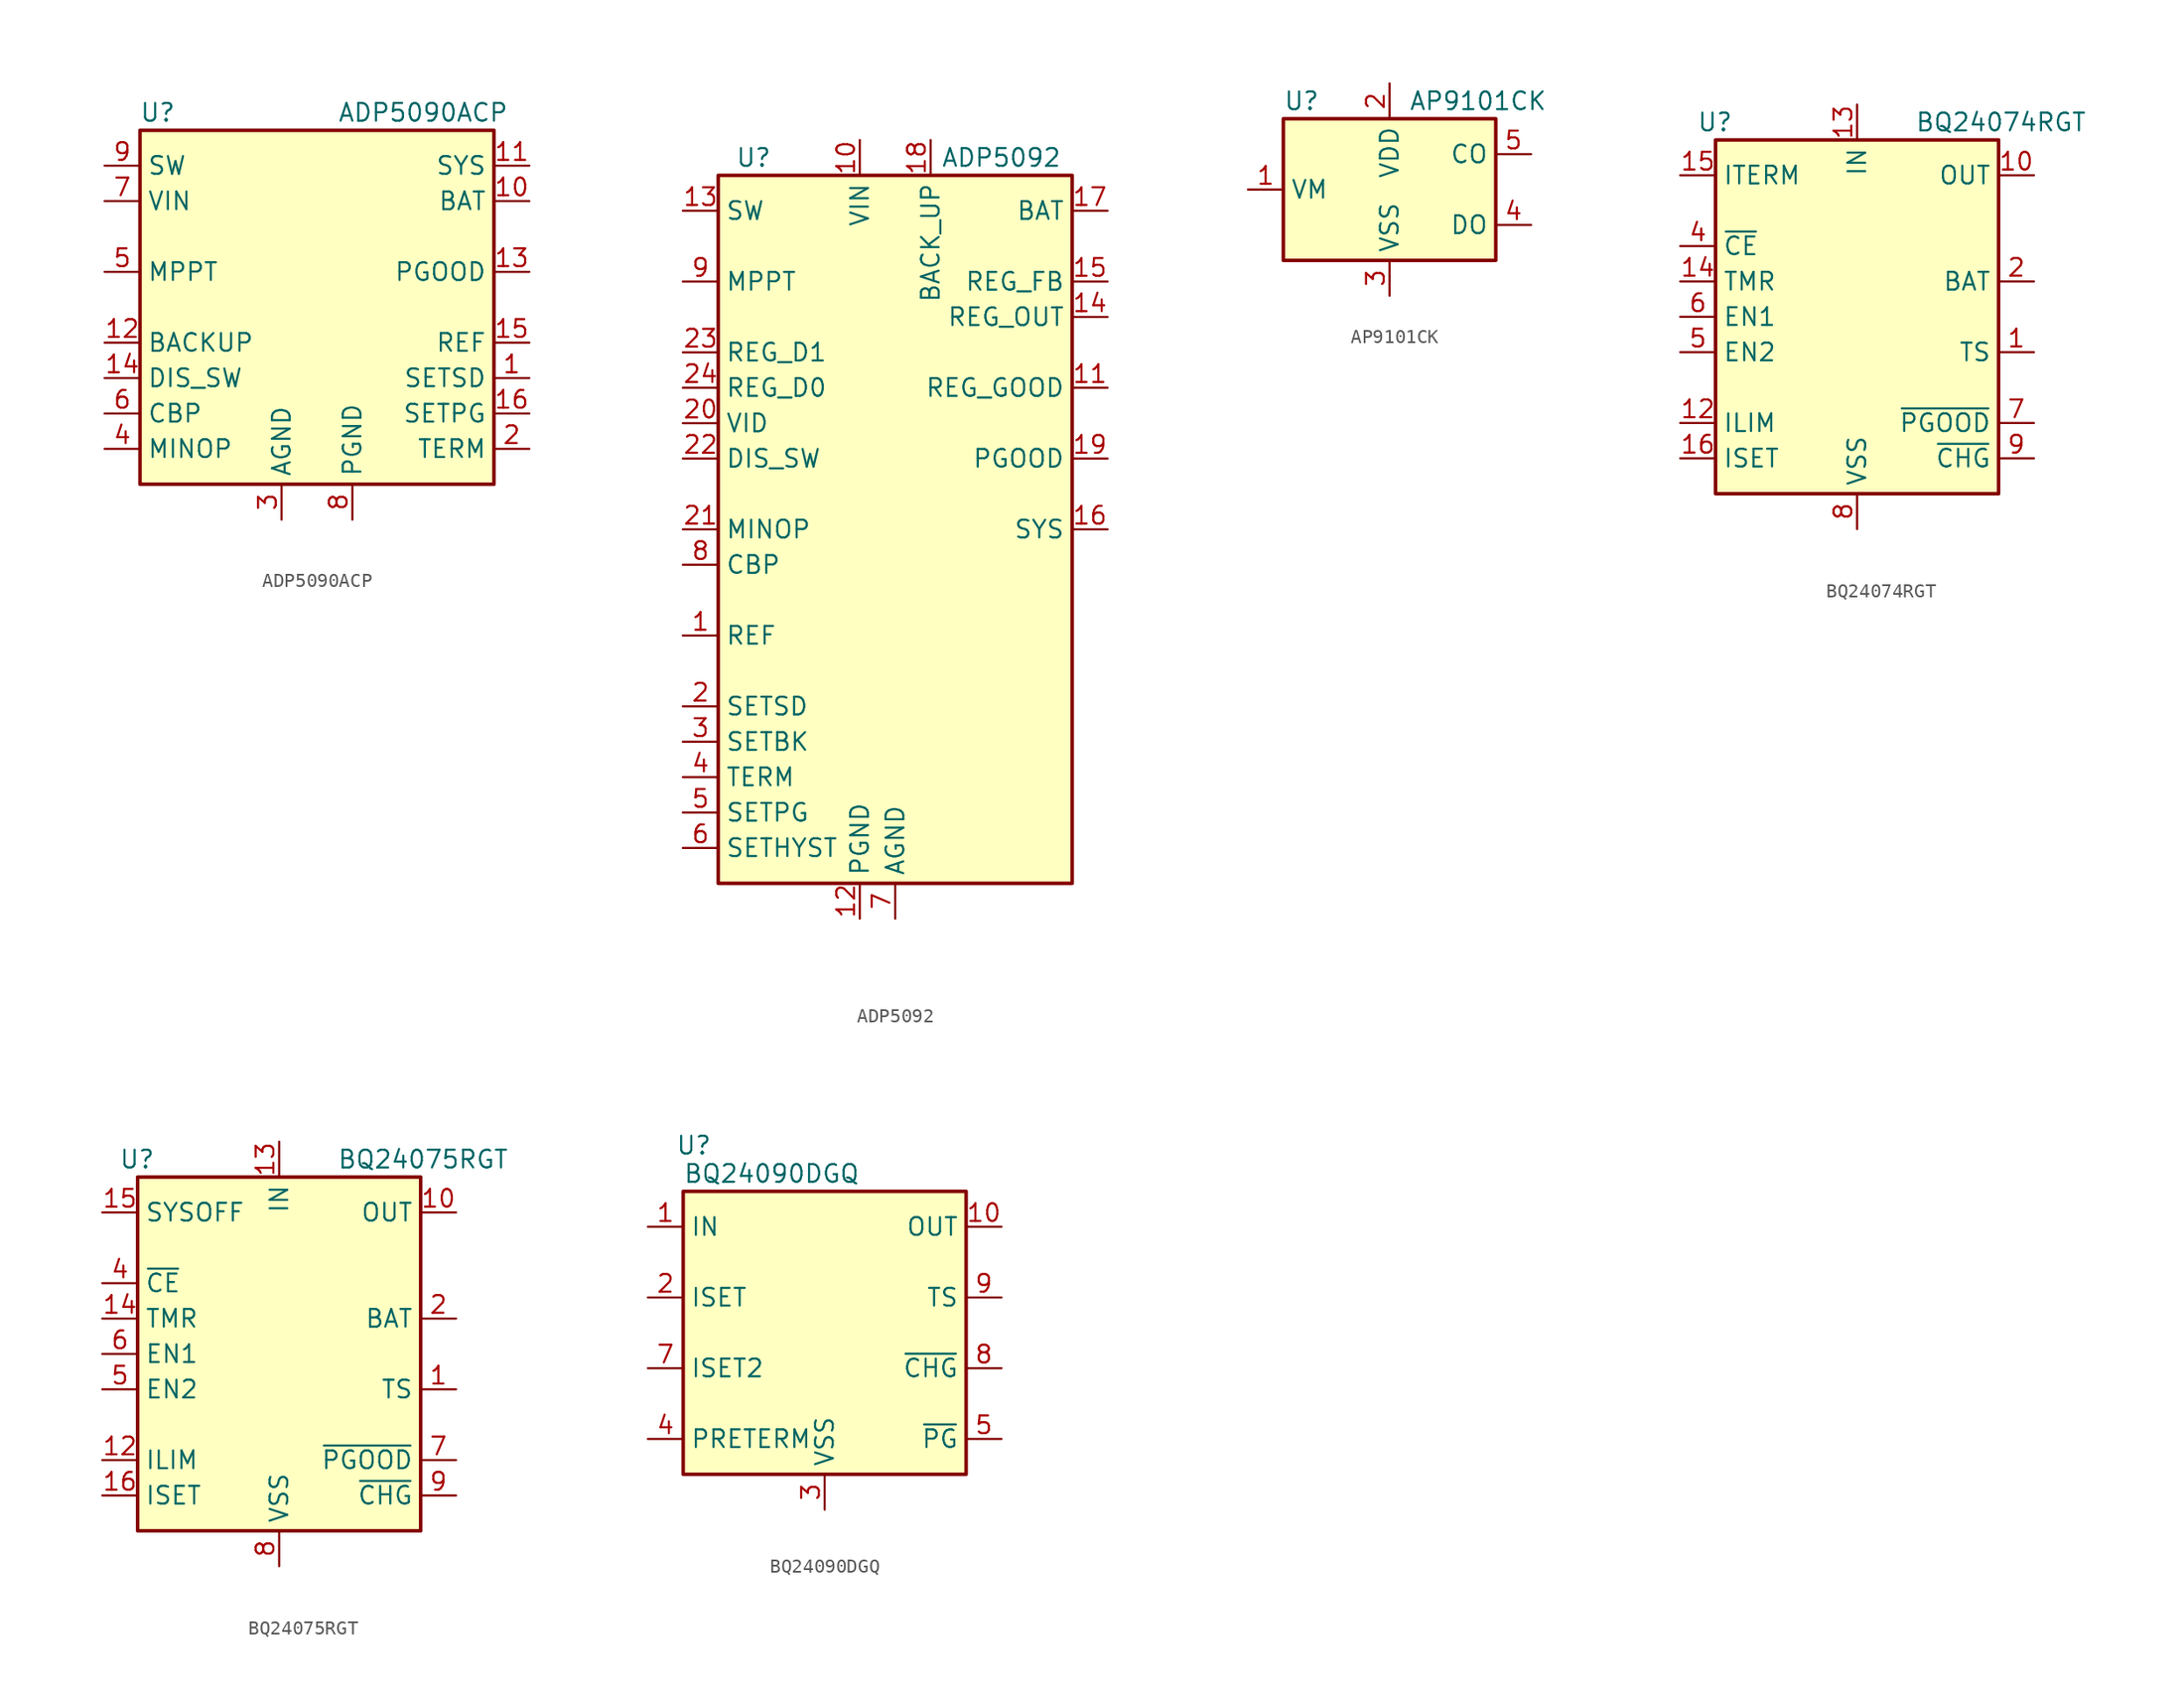
<source format=kicad_sym>
(kicad_symbol_lib
  (version 20201005)
  (generator kicad_symbol_editor)
  (symbol "ADP5090ACP"
    (property "Reference" "U"
      (at -11.43 13.97 0)
      (effects (font (size 1.27 1.27))))
    (property "Value" "ADP5090ACP"
      (at 7.62 13.97 0)
      (effects (font (size 1.27 1.27))))
    (symbol "ADP5090ACP_0_1"
      (rectangle (start -12.7 12.7) (end 12.7 -12.7) (stroke (width 0.254)) (fill (type background))))
    (symbol "ADP5090ACP_1_1"
      (pin input line (at 15.24 -5.08 180) (length 2.54) (name "SETSD" (effects (font (size 1.27 1.27)))) (number "1" (effects (font (size 1.27 1.27)))))
      (pin power_out line (at 15.24 7.62 180) (length 2.54) (name "BAT" (effects (font (size 1.27 1.27)))) (number "10" (effects (font (size 1.27 1.27)))))
      (pin power_out line (at 15.24 10.16 180) (length 2.54) (name "SYS" (effects (font (size 1.27 1.27)))) (number "11" (effects (font (size 1.27 1.27)))))
      (pin passive line (at -15.24 -2.54 0) (length 2.54) (name "BACKUP" (effects (font (size 1.27 1.27)))) (number "12" (effects (font (size 1.27 1.27)))))
      (pin output line (at 15.24 2.54 180) (length 2.54) (name "PGOOD" (effects (font (size 1.27 1.27)))) (number "13" (effects (font (size 1.27 1.27)))))
      (pin input line (at -15.24 -5.08 0) (length 2.54) (name "DIS_SW" (effects (font (size 1.27 1.27)))) (number "14" (effects (font (size 1.27 1.27)))))
      (pin output line (at 15.24 -2.54 180) (length 2.54) (name "REF" (effects (font (size 1.27 1.27)))) (number "15" (effects (font (size 1.27 1.27)))))
      (pin input line (at 15.24 -7.62 180) (length 2.54) (name "SETPG" (effects (font (size 1.27 1.27)))) (number "16" (effects (font (size 1.27 1.27)))))
      (pin passive line (at -2.54 -15.24 90) (length 2.54) hide (name "AGND" (effects (font (size 1.27 1.27)))) (number "17" (effects (font (size 1.27 1.27)))))
      (pin input line (at 15.24 -10.16 180) (length 2.54) (name "TERM" (effects (font (size 1.27 1.27)))) (number "2" (effects (font (size 1.27 1.27)))))
      (pin power_in line (at -2.54 -15.24 90) (length 2.54) (name "AGND" (effects (font (size 1.27 1.27)))) (number "3" (effects (font (size 1.27 1.27)))))
      (pin passive line (at -15.24 -10.16 0) (length 2.54) (name "MINOP" (effects (font (size 1.27 1.27)))) (number "4" (effects (font (size 1.27 1.27)))))
      (pin input line (at -15.24 2.54 0) (length 2.54) (name "MPPT" (effects (font (size 1.27 1.27)))) (number "5" (effects (font (size 1.27 1.27)))))
      (pin passive line (at -15.24 -7.62 0) (length 2.54) (name "CBP" (effects (font (size 1.27 1.27)))) (number "6" (effects (font (size 1.27 1.27)))))
      (pin power_in line (at -15.24 7.62 0) (length 2.54) (name "VIN" (effects (font (size 1.27 1.27)))) (number "7" (effects (font (size 1.27 1.27)))))
      (pin power_in line (at 2.54 -15.24 90) (length 2.54) (name "PGND" (effects (font (size 1.27 1.27)))) (number "8" (effects (font (size 1.27 1.27)))))
      (pin input line (at -15.24 10.16 0) (length 2.54) (name "SW" (effects (font (size 1.27 1.27)))) (number "9" (effects (font (size 1.27 1.27)))))))
  (symbol "ADP5092"
    (property "Reference" "U"
      (at -10.16 26.67 0)
      (effects (font (size 1.27 1.27))))
    (property "Value" "ADP5092"
      (at 7.62 26.67 0)
      (effects (font (size 1.27 1.27))))
    (symbol "ADP5092_0_1"
      (rectangle (start 12.7 25.4) (end -12.7 -25.4) (stroke (width 0.254)) (fill (type background))))
    (symbol "ADP5092_1_1"
      (pin passive line (at -15.24 -7.62 0) (length 2.54) (name "REF" (effects (font (size 1.27 1.27)))) (number "1" (effects (font (size 1.27 1.27)))))
      (pin power_in line (at -2.54 27.94 270) (length 2.54) (name "VIN" (effects (font (size 1.27 1.27)))) (number "10" (effects (font (size 1.27 1.27)))))
      (pin output line (at 15.24 10.16 180) (length 2.54) (name "REG_GOOD" (effects (font (size 1.27 1.27)))) (number "11" (effects (font (size 1.27 1.27)))))
      (pin power_in line (at -2.54 -27.94 90) (length 2.54) (name "PGND" (effects (font (size 1.27 1.27)))) (number "12" (effects (font (size 1.27 1.27)))))
      (pin power_in line (at -15.24 22.86 0) (length 2.54) (name "SW" (effects (font (size 1.27 1.27)))) (number "13" (effects (font (size 1.27 1.27)))))
      (pin power_out line (at 15.24 15.24 180) (length 2.54) (name "REG_OUT" (effects (font (size 1.27 1.27)))) (number "14" (effects (font (size 1.27 1.27)))))
      (pin power_out line (at 15.24 17.78 180) (length 2.54) (name "REG_FB" (effects (font (size 1.27 1.27)))) (number "15" (effects (font (size 1.27 1.27)))))
      (pin power_out line (at 15.24 0 180) (length 2.54) (name "SYS" (effects (font (size 1.27 1.27)))) (number "16" (effects (font (size 1.27 1.27)))))
      (pin power_out line (at 15.24 22.86 180) (length 2.54) (name "BAT" (effects (font (size 1.27 1.27)))) (number "17" (effects (font (size 1.27 1.27)))))
      (pin power_in line (at 2.54 27.94 270) (length 2.54) (name "BACK_UP" (effects (font (size 1.27 1.27)))) (number "18" (effects (font (size 1.27 1.27)))))
      (pin output line (at 15.24 5.08 180) (length 2.54) (name "PGOOD" (effects (font (size 1.27 1.27)))) (number "19" (effects (font (size 1.27 1.27)))))
      (pin passive line (at -15.24 -12.7 0) (length 2.54) (name "SETSD" (effects (font (size 1.27 1.27)))) (number "2" (effects (font (size 1.27 1.27)))))
      (pin input line (at -15.24 7.62 0) (length 2.54) (name "VID" (effects (font (size 1.27 1.27)))) (number "20" (effects (font (size 1.27 1.27)))))
      (pin passive line (at -15.24 0 0) (length 2.54) (name "MINOP" (effects (font (size 1.27 1.27)))) (number "21" (effects (font (size 1.27 1.27)))))
      (pin input line (at -15.24 5.08 0) (length 2.54) (name "DIS_SW" (effects (font (size 1.27 1.27)))) (number "22" (effects (font (size 1.27 1.27)))))
      (pin input line (at -15.24 12.7 0) (length 2.54) (name "REG_D1" (effects (font (size 1.27 1.27)))) (number "23" (effects (font (size 1.27 1.27)))))
      (pin input line (at -15.24 10.16 0) (length 2.54) (name "REG_D0" (effects (font (size 1.27 1.27)))) (number "24" (effects (font (size 1.27 1.27)))))
      (pin passive line (at 0 -27.94 90) (length 2.54) hide (name "AGND" (effects (font (size 1.27 1.27)))) (number "25" (effects (font (size 1.27 1.27)))))
      (pin passive line (at -15.24 -15.24 0) (length 2.54) (name "SETBK" (effects (font (size 1.27 1.27)))) (number "3" (effects (font (size 1.27 1.27)))))
      (pin passive line (at -15.24 -17.78 0) (length 2.54) (name "TERM" (effects (font (size 1.27 1.27)))) (number "4" (effects (font (size 1.27 1.27)))))
      (pin passive line (at -15.24 -20.32 0) (length 2.54) (name "SETPG" (effects (font (size 1.27 1.27)))) (number "5" (effects (font (size 1.27 1.27)))))
      (pin passive line (at -15.24 -22.86 0) (length 2.54) (name "SETHYST" (effects (font (size 1.27 1.27)))) (number "6" (effects (font (size 1.27 1.27)))))
      (pin power_in line (at 0 -27.94 90) (length 2.54) (name "AGND" (effects (font (size 1.27 1.27)))) (number "7" (effects (font (size 1.27 1.27)))))
      (pin passive line (at -15.24 -2.54 0) (length 2.54) (name "CBP" (effects (font (size 1.27 1.27)))) (number "8" (effects (font (size 1.27 1.27)))))
      (pin input line (at -15.24 17.78 0) (length 2.54) (name "MPPT" (effects (font (size 1.27 1.27)))) (number "9" (effects (font (size 1.27 1.27)))))))
  (symbol "AP9101CK"
    (property "Reference" "U"
      (at -7.62 6.35 0)
      (effects (font (size 1.27 1.27)) (justify left)))
    (property "Value" "AP9101CK"
      (at 6.35 6.35 0)
      (effects (font (size 1.27 1.27))))
    (symbol "AP9101CK_0_1"
      (rectangle (start -7.62 5.08) (end 7.62 -5.08) (stroke (width 0.254)) (fill (type background))))
    (symbol "AP9101CK_1_1"
      (pin passive line (at -10.16 0 0) (length 2.54) (name "VM" (effects (font (size 1.27 1.27)))) (number "1" (effects (font (size 1.27 1.27)))))
      (pin power_in line (at 0 7.62 270) (length 2.54) (name "VDD" (effects (font (size 1.27 1.27)))) (number "2" (effects (font (size 1.27 1.27)))))
      (pin power_in line (at 0 -7.62 90) (length 2.54) (name "VSS" (effects (font (size 1.27 1.27)))) (number "3" (effects (font (size 1.27 1.27)))))
      (pin output line (at 10.16 -2.54 180) (length 2.54) (name "DO" (effects (font (size 1.27 1.27)))) (number "4" (effects (font (size 1.27 1.27)))))
      (pin output line (at 10.16 2.54 180) (length 2.54) (name "CO" (effects (font (size 1.27 1.27)))) (number "5" (effects (font (size 1.27 1.27)))))))
  (symbol "BQ24074RGT"
    (property "Reference" "U"
      (at -8.89 13.97 0)
      (effects (font (size 1.27 1.27)) (justify right)))
    (property "Value" "BQ24074RGT"
      (at 16.51 13.97 0)
      (effects (font (size 1.27 1.27)) (justify right)))
    (symbol "BQ24074RGT_0_1"
      (rectangle (start -10.16 12.7) (end 10.16 -12.7) (stroke (width 0.254)) (fill (type background))))
    (symbol "BQ24074RGT_1_1"
      (pin passive line (at 12.7 -2.54 180) (length 2.54) (name "TS" (effects (font (size 1.27 1.27)))) (number "1" (effects (font (size 1.27 1.27)))))
      (pin power_out line (at 12.7 10.16 180) (length 2.54) (name "OUT" (effects (font (size 1.27 1.27)))) (number "10" (effects (font (size 1.27 1.27)))))
      (pin passive line (at 12.7 10.16 180) (length 2.54) hide (name "OUT" (effects (font (size 1.27 1.27)))) (number "11" (effects (font (size 1.27 1.27)))))
      (pin passive line (at -12.7 -7.62 0) (length 2.54) (name "ILIM" (effects (font (size 1.27 1.27)))) (number "12" (effects (font (size 1.27 1.27)))))
      (pin power_in line (at 0 15.24 270) (length 2.54) (name "IN" (effects (font (size 1.27 1.27)))) (number "13" (effects (font (size 1.27 1.27)))))
      (pin input line (at -12.7 2.54 0) (length 2.54) (name "TMR" (effects (font (size 1.27 1.27)))) (number "14" (effects (font (size 1.27 1.27)))))
      (pin input line (at -12.7 10.16 0) (length 2.54) (name "ITERM" (effects (font (size 1.27 1.27)))) (number "15" (effects (font (size 1.27 1.27)))))
      (pin passive line (at -12.7 -10.16 0) (length 2.54) (name "ISET" (effects (font (size 1.27 1.27)))) (number "16" (effects (font (size 1.27 1.27)))))
      (pin passive line (at 0 -15.24 90) (length 2.54) hide (name "VSS" (effects (font (size 1.27 1.27)))) (number "17" (effects (font (size 1.27 1.27)))))
      (pin power_out line (at 12.7 2.54 180) (length 2.54) (name "BAT" (effects (font (size 1.27 1.27)))) (number "2" (effects (font (size 1.27 1.27)))))
      (pin passive line (at 12.7 2.54 180) (length 2.54) hide (name "BAT" (effects (font (size 1.27 1.27)))) (number "3" (effects (font (size 1.27 1.27)))))
      (pin input line (at -12.7 5.08 0) (length 2.54) (name "~CE" (effects (font (size 1.27 1.27)))) (number "4" (effects (font (size 1.27 1.27)))))
      (pin input line (at -12.7 -2.54 0) (length 2.54) (name "EN2" (effects (font (size 1.27 1.27)))) (number "5" (effects (font (size 1.27 1.27)))))
      (pin input line (at -12.7 0 0) (length 2.54) (name "EN1" (effects (font (size 1.27 1.27)))) (number "6" (effects (font (size 1.27 1.27)))))
      (pin open_collector line (at 12.7 -7.62 180) (length 2.54) (name "~PGOOD" (effects (font (size 1.27 1.27)))) (number "7" (effects (font (size 1.27 1.27)))))
      (pin power_in line (at 0 -15.24 90) (length 2.54) (name "VSS" (effects (font (size 1.27 1.27)))) (number "8" (effects (font (size 1.27 1.27)))))
      (pin open_collector line (at 12.7 -10.16 180) (length 2.54) (name "~CHG" (effects (font (size 1.27 1.27)))) (number "9" (effects (font (size 1.27 1.27)))))))
  (symbol "BQ24075RGT"
    (property "Reference" "U"
      (at -8.89 13.97 0)
      (effects (font (size 1.27 1.27)) (justify right)))
    (property "Value" "BQ24075RGT"
      (at 16.51 13.97 0)
      (effects (font (size 1.27 1.27)) (justify right)))
    (symbol "BQ24075RGT_0_1"
      (rectangle (start -10.16 12.7) (end 10.16 -12.7) (stroke (width 0.254)) (fill (type background))))
    (symbol "BQ24075RGT_1_1"
      (pin passive line (at 12.7 -2.54 180) (length 2.54) (name "TS" (effects (font (size 1.27 1.27)))) (number "1" (effects (font (size 1.27 1.27)))))
      (pin power_out line (at 12.7 10.16 180) (length 2.54) (name "OUT" (effects (font (size 1.27 1.27)))) (number "10" (effects (font (size 1.27 1.27)))))
      (pin passive line (at 12.7 10.16 180) (length 2.54) hide (name "OUT" (effects (font (size 1.27 1.27)))) (number "11" (effects (font (size 1.27 1.27)))))
      (pin passive line (at -12.7 -7.62 0) (length 2.54) (name "ILIM" (effects (font (size 1.27 1.27)))) (number "12" (effects (font (size 1.27 1.27)))))
      (pin power_in line (at 0 15.24 270) (length 2.54) (name "IN" (effects (font (size 1.27 1.27)))) (number "13" (effects (font (size 1.27 1.27)))))
      (pin input line (at -12.7 2.54 0) (length 2.54) (name "TMR" (effects (font (size 1.27 1.27)))) (number "14" (effects (font (size 1.27 1.27)))))
      (pin input line (at -12.7 10.16 0) (length 2.54) (name "SYSOFF" (effects (font (size 1.27 1.27)))) (number "15" (effects (font (size 1.27 1.27)))))
      (pin passive line (at -12.7 -10.16 0) (length 2.54) (name "ISET" (effects (font (size 1.27 1.27)))) (number "16" (effects (font (size 1.27 1.27)))))
      (pin passive line (at 0 -15.24 90) (length 2.54) hide (name "VSS" (effects (font (size 1.27 1.27)))) (number "17" (effects (font (size 1.27 1.27)))))
      (pin power_out line (at 12.7 2.54 180) (length 2.54) (name "BAT" (effects (font (size 1.27 1.27)))) (number "2" (effects (font (size 1.27 1.27)))))
      (pin passive line (at 12.7 2.54 180) (length 2.54) hide (name "BAT" (effects (font (size 1.27 1.27)))) (number "3" (effects (font (size 1.27 1.27)))))
      (pin input line (at -12.7 5.08 0) (length 2.54) (name "~CE" (effects (font (size 1.27 1.27)))) (number "4" (effects (font (size 1.27 1.27)))))
      (pin input line (at -12.7 -2.54 0) (length 2.54) (name "EN2" (effects (font (size 1.27 1.27)))) (number "5" (effects (font (size 1.27 1.27)))))
      (pin input line (at -12.7 0 0) (length 2.54) (name "EN1" (effects (font (size 1.27 1.27)))) (number "6" (effects (font (size 1.27 1.27)))))
      (pin open_collector line (at 12.7 -7.62 180) (length 2.54) (name "~PGOOD" (effects (font (size 1.27 1.27)))) (number "7" (effects (font (size 1.27 1.27)))))
      (pin power_in line (at 0 -15.24 90) (length 2.54) (name "VSS" (effects (font (size 1.27 1.27)))) (number "8" (effects (font (size 1.27 1.27)))))
      (pin open_collector line (at 12.7 -10.16 180) (length 2.54) (name "~CHG" (effects (font (size 1.27 1.27)))) (number "9" (effects (font (size 1.27 1.27)))))))
  (symbol "BQ24090DGQ"
    (property "Reference" "U"
      (at -9.398 13.462 0)
      (effects (font (size 1.27 1.27))))
    (property "Value" "BQ24090DGQ"
      (at -3.81 11.43 0)
      (effects (font (size 1.27 1.27))))
    (symbol "BQ24090DGQ_0_1"
      (rectangle (start -10.16 10.16) (end 10.16 -10.16) (stroke (width 0.254)) (fill (type background))))
    (symbol "BQ24090DGQ_1_1"
      (pin power_in line (at -12.7 7.62 0) (length 2.54) (name "IN" (effects (font (size 1.27 1.27)))) (number "1" (effects (font (size 1.27 1.27)))))
      (pin power_out line (at 12.7 7.62 180) (length 2.54) (name "OUT" (effects (font (size 1.27 1.27)))) (number "10" (effects (font (size 1.27 1.27)))))
      (pin passive line (at 0 -12.7 90) (length 2.54) hide (name "VSS" (effects (font (size 1.27 1.27)))) (number "11" (effects (font (size 1.27 1.27)))))
      (pin passive line (at -12.7 2.54 0) (length 2.54) (name "ISET" (effects (font (size 1.27 1.27)))) (number "2" (effects (font (size 1.27 1.27)))))
      (pin power_in line (at 0 -12.7 90) (length 2.54) (name "VSS" (effects (font (size 1.27 1.27)))) (number "3" (effects (font (size 1.27 1.27)))))
      (pin passive line (at -12.7 -7.62 0) (length 2.54) (name "PRETERM" (effects (font (size 1.27 1.27)))) (number "4" (effects (font (size 1.27 1.27)))))
      (pin open_collector line (at 12.7 -7.62 180) (length 2.54) (name "~PG" (effects (font (size 1.27 1.27)))) (number "5" (effects (font (size 1.27 1.27)))))
      (pin no_connect line (at 5.08 -10.16 90) (length 2.54) hide (name "NC" (effects (font (size 1.27 1.27)))) (number "6" (effects (font (size 1.27 1.27)))))
      (pin passive line (at -12.7 -2.54 0) (length 2.54) (name "ISET2" (effects (font (size 1.27 1.27)))) (number "7" (effects (font (size 1.27 1.27)))))
      (pin open_collector line (at 12.7 -2.54 180) (length 2.54) (name "~CHG" (effects (font (size 1.27 1.27)))) (number "8" (effects (font (size 1.27 1.27)))))
      (pin passive line (at 12.7 2.54 180) (length 2.54) (name "TS" (effects (font (size 1.27 1.27)))) (number "9" (effects (font (size 1.27 1.27))))))))
</source>
